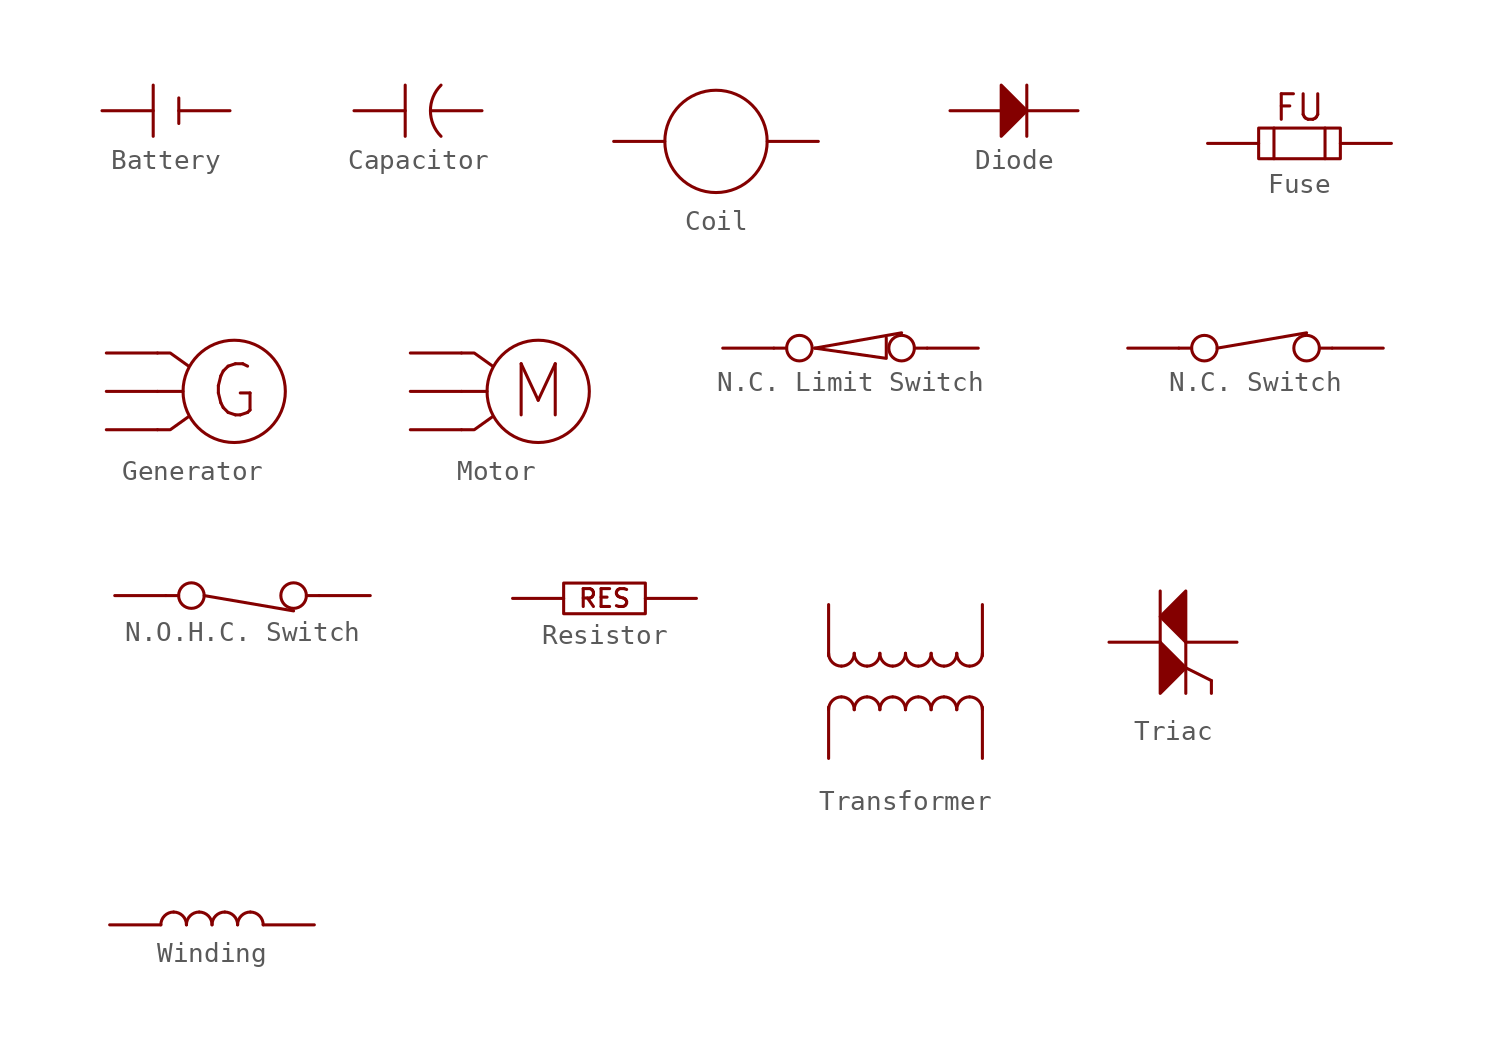
<source format=kicad_sym>
(kicad_symbol_lib
  (version 20241209)
  (generator "kicad_symbol_editor")
  (generator_version "9.0")
  (symbol "Battery"
    (property "Reference" "U"
      (at 0 2.286 0)
      (effects (font (size 1.27 1.27)) (hide yes)))
    (property "Value" ""
      (at 0 0 0)
      (effects (font (size 1.27 1.27))))
    (symbol "Battery_0_1"
      (polyline (pts (xy -0.635 1.27) (xy -0.635 -1.27)) (stroke (width 0) (type default)) (fill (type none)))
      (polyline (pts (xy 0.635 0.635) (xy 0.635 -0.635)) (stroke (width 0) (type default)) (fill (type none))))
    (symbol "Battery_1_1"
      (pin input line (at -3.175 0 0) (length 2.54) (name "" (effects (font (size 1.27 1.27)))) (number "" (effects (font (size 1.27 1.27)))))
      (pin input line (at 3.175 0 180) (length 2.54) (name "" (effects (font (size 1.27 1.27)))) (number "" (effects (font (size 1.27 1.27)))))))
  (symbol "Capacitor"
    (property "Reference" "U"
      (at 0 2.286 0)
      (effects (font (size 1.27 1.27)) (hide yes)))
    (property "Value" ""
      (at 0 0 0)
      (effects (font (size 1.27 1.27))))
    (symbol "Capacitor_0_1"
      (polyline (pts (xy -0.635 1.27) (xy -0.635 -1.27)) (stroke (width 0) (type default)) (fill (type none)))
      (arc (start 1.1432 -1.27) (mid 0.6171 0) (end 1.1432 1.27) (stroke (width 0) (type default)) (fill (type none))))
    (symbol "Capacitor_1_1"
      (pin input line (at -3.175 0 0) (length 2.54) (name "" (effects (font (size 1.27 1.27)))) (number "" (effects (font (size 1.27 1.27)))))
      (pin input line (at 3.175 0 180) (length 2.54) (name "" (effects (font (size 1.27 1.27)))) (number "" (effects (font (size 1.27 1.27)))))))
  (symbol "Coil"
    (property "Reference" "U"
      (at 0 3.556 0)
      (effects (font (size 1.27 1.27)) (hide yes)))
    (property "Value" ""
      (at 0 0 0)
      (effects (font (size 1.27 1.27))))
    (symbol "Coil_0_1"
      (circle (center 0 0) (radius 2.54) (stroke (width 0) (type default)) (fill (type none))))
    (symbol "Coil_1_1"
      (pin input line (at -5.08 0 0) (length 2.54) (name "" (effects (font (size 1.27 1.27)))) (number "" (effects (font (size 1.27 1.27)))))
      (pin input line (at 5.08 0 180) (length 2.54) (name "" (effects (font (size 1.27 1.27)))) (number "" (effects (font (size 1.27 1.27)))))))
  (symbol "Diode"
    (property "Reference" "U"
      (at 0 2.286 0)
      (effects (font (size 1.27 1.27)) (hide yes)))
    (property "Value" ""
      (at 0 0 0)
      (effects (font (size 1.27 1.27))))
    (symbol "Diode_0_1"
      (polyline (pts (xy 0.635 1.27) (xy 0.635 -1.27)) (stroke (width 0) (type default)) (fill (type none))))
    (symbol "Diode_1_1"
      (polyline (pts (xy 0.635 0) (xy -0.635 1.27) (xy -0.635 -1.27) (xy 0.635 0)) (stroke (width 0) (type solid)) (fill (type outline)))
      (pin input line (at -3.175 0 0) (length 2.54) (name "" (effects (font (size 1.27 1.27)))) (number "" (effects (font (size 1.27 1.27)))))
      (pin input line (at 3.175 0 180) (length 2.54) (name "" (effects (font (size 1.27 1.27)))) (number "" (effects (font (size 1.27 1.27)))))))
  (symbol "Fuse"
    (property "Reference" "U"
      (at 0 3.81 0)
      (effects (font (size 1.27 1.27)) (hide yes)))
    (property "Value" ""
      (at 0 0 0)
      (effects (font (size 1.27 1.27))))
    (symbol "Fuse_0_1"
      (rectangle (start -2.032 0.762) (end 2.032 -0.762) (stroke (width 0) (type default)) (fill (type none)))
      (polyline (pts (xy -1.27 0.762) (xy -1.27 -0.762)) (stroke (width 0) (type default)) (fill (type none)))
      (polyline (pts (xy 1.27 0.762) (xy 1.27 -0.762)) (stroke (width 0) (type default)) (fill (type none))))
    (symbol "Fuse_1_1"
      (text "FU" (at 0 1.778 0) (effects (font (size 1.27 1.27))))
      (pin input line (at -4.572 0 0) (length 2.54) (name "" (effects (font (size 1.27 1.27)))) (number "" (effects (font (size 1.27 1.27)))))
      (pin input line (at 4.572 0 180) (length 2.54) (name "" (effects (font (size 1.27 1.27)))) (number "" (effects (font (size 1.27 1.27)))))))
  (symbol "Generator"
    (property "Reference" "U"
      (at 0 3.556 0)
      (effects (font (size 1.27 1.27)) (hide yes)))
    (property "Value" ""
      (at 0 0 0)
      (effects (font (size 1.27 1.27))))
    (symbol "Generator_0_1"
      (polyline (pts (xy -2.54 0) (xy -3.81 0)) (stroke (width 0) (type default)) (fill (type none)))
      (polyline (pts (xy -2.286 1.27) (xy -3.175 1.905) (xy -3.81 1.905)) (stroke (width 0) (type default)) (fill (type none)))
      (polyline (pts (xy -2.286 -1.27) (xy -3.175 -1.905) (xy -3.81 -1.905)) (stroke (width 0) (type default)) (fill (type none)))
      (circle (center 0 0) (radius 2.54) (stroke (width 0) (type default)) (fill (type none))))
    (symbol "Generator_1_1"
      (text "G" (at 0 0 0) (effects (font (size 2.54 2.54))))
      (pin input line (at -6.35 1.905 0) (length 2.54) (name "" (effects (font (size 1.27 1.27)))) (number "" (effects (font (size 1.27 1.27)))))
      (pin input line (at -6.35 0 0) (length 2.54) (name "" (effects (font (size 1.27 1.27)))) (number "" (effects (font (size 1.27 1.27)))))
      (pin input line (at -6.35 -1.905 0) (length 2.54) (name "" (effects (font (size 1.27 1.27)))) (number "" (effects (font (size 1.27 1.27)))))))
  (symbol "Motor"
    (property "Reference" "U"
      (at 0 3.81 0)
      (effects (font (size 1.27 1.27)) (hide yes)))
    (property "Value" ""
      (at 0 0 0)
      (effects (font (size 1.27 1.27))))
    (symbol "Motor_0_1"
      (polyline (pts (xy -2.54 0) (xy -3.81 0)) (stroke (width 0) (type default)) (fill (type none)))
      (polyline (pts (xy -2.286 1.27) (xy -3.175 1.905) (xy -3.81 1.905)) (stroke (width 0) (type default)) (fill (type none)))
      (polyline (pts (xy -2.286 -1.27) (xy -3.175 -1.905) (xy -3.81 -1.905)) (stroke (width 0) (type default)) (fill (type none)))
      (circle (center 0 0) (radius 2.54) (stroke (width 0) (type default)) (fill (type none))))
    (symbol "Motor_1_1"
      (text "M" (at 0 0 0) (effects (font (size 2.54 2.54))))
      (pin input line (at -6.35 1.905 0) (length 2.54) (name "" (effects (font (size 1.27 1.27)))) (number "" (effects (font (size 1.27 1.27)))))
      (pin input line (at -6.35 0 0) (length 2.54) (name "" (effects (font (size 1.27 1.27)))) (number "" (effects (font (size 1.27 1.27)))))
      (pin input line (at -6.35 -1.905 0) (length 2.54) (name "" (effects (font (size 1.27 1.27)))) (number "" (effects (font (size 1.27 1.27)))))))
  (symbol "N.C. Limit Switch"
    (property "Reference" "U"
      (at 0 1.524 0)
      (effects (font (size 1.27 1.27)) (hide yes)))
    (property "Value" ""
      (at 0 0 0)
      (effects (font (size 1.27 1.27))))
    (symbol "N.C. Limit Switch_0_1"
      (polyline (pts (xy -3.81 0) (xy -3.175 0)) (stroke (width 0) (type default)) (fill (type none)))
      (circle (center -2.54 0) (radius 0.635) (stroke (width 0) (type default)) (fill (type none)))
      (polyline (pts (xy -1.778 0) (xy 2.54 0.762)) (stroke (width 0) (type default)) (fill (type none)))
      (polyline (pts (xy -1.778 0) (xy 1.778 -0.508) (xy 1.778 0.508)) (stroke (width 0) (type default)) (fill (type none)))
      (circle (center 2.54 0) (radius 0.635) (stroke (width 0) (type default)) (fill (type none)))
      (polyline (pts (xy 3.81 0) (xy 3.175 0)) (stroke (width 0) (type default)) (fill (type none))))
    (symbol "N.C. Limit Switch_1_1"
      (pin input line (at -6.35 0 0) (length 2.54) (name "" (effects (font (size 1.27 1.27)))) (number "" (effects (font (size 1.27 1.27)))))
      (pin input line (at 6.35 0 180) (length 2.54) (name "" (effects (font (size 1.27 1.27)))) (number "" (effects (font (size 1.27 1.27)))))))
  (symbol "N.C. Switch"
    (property "Reference" "U"
      (at 0 1.524 0)
      (effects (font (size 1.27 1.27)) (hide yes)))
    (property "Value" ""
      (at 0 0 0)
      (effects (font (size 1.27 1.27))))
    (symbol "N.C. Switch_0_1"
      (polyline (pts (xy -3.81 0) (xy -3.175 0)) (stroke (width 0) (type default)) (fill (type none)))
      (circle (center -2.54 0) (radius 0.635) (stroke (width 0) (type default)) (fill (type none)))
      (polyline (pts (xy -1.905 0) (xy 2.54 0.762)) (stroke (width 0) (type default)) (fill (type none)))
      (circle (center 2.54 0) (radius 0.635) (stroke (width 0) (type default)) (fill (type none)))
      (polyline (pts (xy 3.81 0) (xy 3.175 0)) (stroke (width 0) (type default)) (fill (type none))))
    (symbol "N.C. Switch_1_1"
      (pin input line (at -6.35 0 0) (length 2.54) (name "" (effects (font (size 1.27 1.27)))) (number "" (effects (font (size 1.27 1.27)))))
      (pin input line (at 6.35 0 180) (length 2.54) (name "" (effects (font (size 1.27 1.27)))) (number "" (effects (font (size 1.27 1.27)))))))
  (symbol "N.O.H.C. Switch"
    (property "Reference" "U"
      (at 0 1.524 0)
      (effects (font (size 1.27 1.27)) (hide yes)))
    (property "Value" ""
      (at 0 0 0)
      (effects (font (size 1.27 1.27))))
    (symbol "N.O.H.C. Switch_0_1"
      (polyline (pts (xy -3.81 0) (xy -3.175 0)) (stroke (width 0) (type default)) (fill (type none)))
      (circle (center -2.54 0) (radius 0.635) (stroke (width 0) (type default)) (fill (type none)))
      (polyline (pts (xy -1.905 0) (xy 2.54 -0.762)) (stroke (width 0) (type default)) (fill (type none)))
      (circle (center 2.54 0) (radius 0.635) (stroke (width 0) (type default)) (fill (type none)))
      (polyline (pts (xy 3.81 0) (xy 3.175 0)) (stroke (width 0) (type default)) (fill (type none))))
    (symbol "N.O.H.C. Switch_1_1"
      (pin input line (at -6.35 0 0) (length 2.54) (name "" (effects (font (size 1.27 1.27)))) (number "" (effects (font (size 1.27 1.27)))))
      (pin input line (at 6.35 0 180) (length 2.54) (name "" (effects (font (size 1.27 1.27)))) (number "" (effects (font (size 1.27 1.27)))))))
  (symbol "Resistor"
    (property "Reference" "U"
      (at 0 2.032 0)
      (effects (font (size 1.27 1.27)) (hide yes)))
    (property "Value" ""
      (at 0 0 0)
      (effects (font (size 1.27 1.27))))
    (symbol "Resistor_0_1"
      (rectangle (start -2.032 0.762) (end 2.032 -0.762) (stroke (width 0) (type default)) (fill (type none))))
    (symbol "Resistor_1_1"
      (text "RES" (at 0 0 0) (effects (font (size 0.889 0.889))))
      (pin input line (at -4.572 0 0) (length 2.54) (name "" (effects (font (size 1.27 1.27)))) (number "" (effects (font (size 1.27 1.27)))))
      (pin input line (at 4.572 0 180) (length 2.54) (name "" (effects (font (size 1.27 1.27)))) (number "" (effects (font (size 1.27 1.27)))))))
  (symbol "Transformer"
    (property "Reference" "U"
      (at 0 2.54 0)
      (effects (font (size 1.27 1.27)) (hide yes)))
    (property "Value" ""
      (at 0 0 0)
      (effects (font (size 1.27 1.27))))
    (symbol "Transformer_0_1"
      (arc (start -3.175 0.762) (mid -3.624 0.948) (end -3.81 1.397) (stroke (width 0) (type default)) (fill (type none)))
      (arc (start -2.54 1.397) (mid -2.726 0.948) (end -3.175 0.762) (stroke (width 0) (type default)) (fill (type none)))
      (arc (start -3.81 -1.397) (mid -3.624 -0.948) (end -3.175 -0.762) (stroke (width 0) (type default)) (fill (type none)))
      (arc (start -3.175 -0.762) (mid -2.726 -0.948) (end -2.54 -1.397) (stroke (width 0) (type default)) (fill (type none)))
      (arc (start -1.905 0.762) (mid -2.354 0.948) (end -2.54 1.397) (stroke (width 0) (type default)) (fill (type none)))
      (arc (start -1.27 1.397) (mid -1.456 0.948) (end -1.905 0.762) (stroke (width 0) (type default)) (fill (type none)))
      (arc (start -2.54 -1.397) (mid -2.354 -0.948) (end -1.905 -0.762) (stroke (width 0) (type default)) (fill (type none)))
      (arc (start -1.905 -0.762) (mid -1.456 -0.948) (end -1.27 -1.397) (stroke (width 0) (type default)) (fill (type none)))
      (arc (start -0.635 0.762) (mid -1.084 0.948) (end -1.27 1.397) (stroke (width 0) (type default)) (fill (type none)))
      (arc (start 0 1.397) (mid -0.186 0.948) (end -0.635 0.762) (stroke (width 0) (type default)) (fill (type none)))
      (arc (start -1.27 -1.397) (mid -1.084 -0.948) (end -0.635 -0.762) (stroke (width 0) (type default)) (fill (type none)))
      (arc (start -0.635 -0.762) (mid -0.186 -0.948) (end 0 -1.397) (stroke (width 0) (type default)) (fill (type none)))
      (arc (start 0.635 0.762) (mid 0.186 0.948) (end 0 1.397) (stroke (width 0) (type default)) (fill (type none)))
      (arc (start 1.27 1.397) (mid 1.084 0.948) (end 0.635 0.762) (stroke (width 0) (type default)) (fill (type none)))
      (arc (start 0 -1.397) (mid 0.186 -0.948) (end 0.635 -0.762) (stroke (width 0) (type default)) (fill (type none)))
      (arc (start 0.635 -0.762) (mid 1.084 -0.948) (end 1.27 -1.397) (stroke (width 0) (type default)) (fill (type none)))
      (arc (start 1.905 0.762) (mid 1.456 0.948) (end 1.27 1.397) (stroke (width 0) (type default)) (fill (type none)))
      (arc (start 2.54 1.397) (mid 2.354 0.948) (end 1.905 0.762) (stroke (width 0) (type default)) (fill (type none)))
      (arc (start 1.27 -1.397) (mid 1.456 -0.948) (end 1.905 -0.762) (stroke (width 0) (type default)) (fill (type none)))
      (arc (start 1.905 -0.762) (mid 2.354 -0.948) (end 2.54 -1.397) (stroke (width 0) (type default)) (fill (type none)))
      (arc (start 3.175 0.762) (mid 2.726 0.948) (end 2.54 1.397) (stroke (width 0) (type default)) (fill (type none)))
      (arc (start 3.81 1.397) (mid 3.624 0.948) (end 3.175 0.762) (stroke (width 0) (type default)) (fill (type none)))
      (arc (start 2.54 -1.397) (mid 2.726 -0.948) (end 3.175 -0.762) (stroke (width 0) (type default)) (fill (type none)))
      (arc (start 3.175 -0.762) (mid 3.624 -0.948) (end 3.81 -1.397) (stroke (width 0) (type default)) (fill (type none))))
    (symbol "Transformer_1_1"
      (pin input line (at -3.81 3.81 270) (length 2.54) (name "" (effects (font (size 1.27 1.27)))) (number "" (effects (font (size 1.27 1.27)))))
      (pin input line (at -3.81 -3.81 90) (length 2.54) (name "" (effects (font (size 1.27 1.27)))) (number "" (effects (font (size 1.27 1.27)))))
      (pin input line (at 3.81 3.81 270) (length 2.54) (name "" (effects (font (size 1.27 1.27)))) (number "" (effects (font (size 1.27 1.27)))))
      (pin input line (at 3.81 -3.81 90) (length 2.54) (name "" (effects (font (size 1.27 1.27)))) (number "" (effects (font (size 1.27 1.27)))))))
  (symbol "Triac"
    (property "Reference" "U"
      (at 0 3.81 0)
      (effects (font (size 1.27 1.27)) (hide yes)))
    (property "Value" ""
      (at 0 0 0)
      (effects (font (size 1.27 1.27))))
    (symbol "Triac_0_1"
      (polyline (pts (xy -0.635 0) (xy -0.635 2.54)) (stroke (width 0) (type default)) (fill (type none)))
      (polyline (pts (xy 0.635 0) (xy 0.635 -2.54)) (stroke (width 0) (type default)) (fill (type none)))
      (polyline (pts (xy 0.635 -1.27) (xy 1.905 -1.905)) (stroke (width 0) (type default)) (fill (type none))))
    (symbol "Triac_1_1"
      (polyline (pts (xy -0.635 1.27) (xy 0.635 0) (xy 0.635 2.54) (xy -0.635 1.27)) (stroke (width 0) (type solid)) (fill (type outline)))
      (polyline (pts (xy 0.635 -1.27) (xy -0.635 0) (xy -0.635 -2.54) (xy 0.635 -1.27)) (stroke (width 0) (type solid)) (fill (type outline)))
      (pin input line (at -3.175 0 0) (length 2.54) (name "" (effects (font (size 1.27 1.27)))) (number "" (effects (font (size 1.27 1.27)))))
      (pin input line (at 1.905 -2.54 90) (length 0.635) (name "" (effects (font (size 1.27 1.27)))) (number "" (effects (font (size 1.27 1.27)))))
      (pin input line (at 3.175 0 180) (length 2.54) (name "" (effects (font (size 1.27 1.27)))) (number "" (effects (font (size 1.27 1.27)))))))
  (symbol "Winding"
    (property "Reference" "U"
      (at 0 1.778 0)
      (effects (font (size 1.27 1.27)) (hide yes)))
    (property "Value" ""
      (at 0 0 0)
      (effects (font (size 1.27 1.27))))
    (symbol "Winding_0_1"
      (arc (start -2.54 0) (mid -2.354 0.449) (end -1.905 0.635) (stroke (width 0) (type default)) (fill (type none)))
      (arc (start -1.905 0.635) (mid -1.456 0.449) (end -1.27 0) (stroke (width 0) (type default)) (fill (type none)))
      (arc (start -1.27 0) (mid -1.084 0.449) (end -0.635 0.635) (stroke (width 0) (type default)) (fill (type none)))
      (arc (start -0.635 0.635) (mid -0.186 0.449) (end 0 0) (stroke (width 0) (type default)) (fill (type none)))
      (arc (start 0 0) (mid 0.186 0.449) (end 0.635 0.635) (stroke (width 0) (type default)) (fill (type none)))
      (arc (start 0.635 0.635) (mid 1.084 0.449) (end 1.27 0) (stroke (width 0) (type default)) (fill (type none)))
      (arc (start 1.27 0) (mid 1.456 0.449) (end 1.905 0.635) (stroke (width 0) (type default)) (fill (type none)))
      (arc (start 1.905 0.635) (mid 2.354 0.449) (end 2.54 0) (stroke (width 0) (type default)) (fill (type none))))
    (symbol "Winding_1_1"
      (pin input line (at -5.08 0 0) (length 2.54) (name "" (effects (font (size 1.27 1.27)))) (number "" (effects (font (size 1.27 1.27)))))
      (pin input line (at 5.08 0 180) (length 2.54) (name "" (effects (font (size 1.27 1.27)))) (number "" (effects (font (size 1.27 1.27))))))))
</source>
